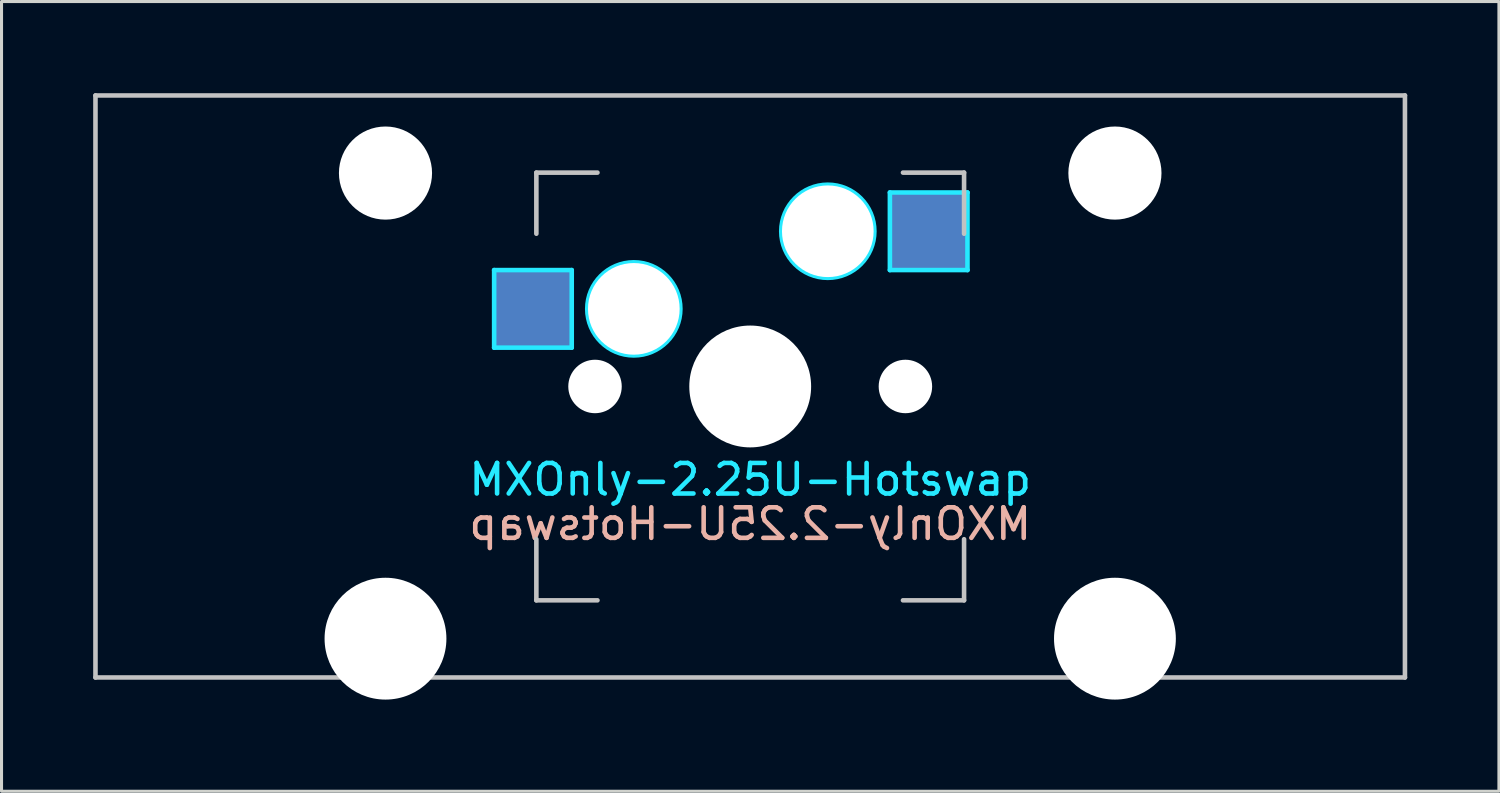
<source format=kicad_pcb>
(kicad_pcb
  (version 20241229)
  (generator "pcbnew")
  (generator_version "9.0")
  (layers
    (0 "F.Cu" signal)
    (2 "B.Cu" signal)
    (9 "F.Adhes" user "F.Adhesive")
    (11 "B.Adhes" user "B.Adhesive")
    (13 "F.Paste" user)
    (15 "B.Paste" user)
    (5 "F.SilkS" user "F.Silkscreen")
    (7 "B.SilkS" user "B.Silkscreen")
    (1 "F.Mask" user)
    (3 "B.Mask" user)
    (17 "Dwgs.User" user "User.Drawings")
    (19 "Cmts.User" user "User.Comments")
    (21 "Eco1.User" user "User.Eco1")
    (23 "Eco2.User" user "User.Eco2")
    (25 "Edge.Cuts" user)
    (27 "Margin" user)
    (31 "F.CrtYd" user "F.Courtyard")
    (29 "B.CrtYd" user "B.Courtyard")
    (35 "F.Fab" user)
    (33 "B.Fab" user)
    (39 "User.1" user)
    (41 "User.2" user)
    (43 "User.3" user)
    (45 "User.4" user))
  (footprint "MXOnly-2.25U-Hotswap"
    (layer "F.Cu")
    (at 21.506 9.6)
    (property "Reference" "MXOnly-2.25U-Hotswap" (at 0 3.048 0) (layer "B.CrtYd") (effects (font (size 1 1) (thickness 0.15))))
    (attr smd)
    (fp_line (start -21.431 -9.525) (end 21.431 -9.525) (stroke (width 0.15) (type solid)) (layer "Dwgs.User"))
    (fp_line (start -21.431 9.525) (end -21.431 -9.525) (stroke (width 0.15) (type solid)) (layer "Dwgs.User"))
    (fp_line (start -7 -7) (end -7 -5) (stroke (width 0.15) (type solid)) (layer "Dwgs.User"))
    (fp_line (start -7 5) (end -7 7) (stroke (width 0.15) (type solid)) (layer "Dwgs.User"))
    (fp_line (start -7 7) (end -5 7) (stroke (width 0.15) (type solid)) (layer "Dwgs.User"))
    (fp_line (start -5 -7) (end -7 -7) (stroke (width 0.15) (type solid)) (layer "Dwgs.User"))
    (fp_line (start 5 -7) (end 7 -7) (stroke (width 0.15) (type solid)) (layer "Dwgs.User"))
    (fp_line (start 5 7) (end 7 7) (stroke (width 0.15) (type solid)) (layer "Dwgs.User"))
    (fp_line (start 7 -7) (end 7 -5) (stroke (width 0.15) (type solid)) (layer "Dwgs.User"))
    (fp_line (start 7 7) (end 7 5) (stroke (width 0.15) (type solid)) (layer "Dwgs.User"))
    (fp_line (start 21.431 -9.525) (end 21.431 9.525) (stroke (width 0.15) (type solid)) (layer "Dwgs.User"))
    (fp_line (start 21.431 9.525) (end -21.431 9.525) (stroke (width 0.15) (type solid)) (layer "Dwgs.User"))
    (fp_line (start -8.382 -3.81) (end -5.842 -3.81) (stroke (width 0.15) (type solid)) (layer "B.CrtYd"))
    (fp_line (start -8.382 -1.27) (end -8.382 -3.81) (stroke (width 0.15) (type solid)) (layer "B.CrtYd"))
    (fp_line (start -5.842 -3.81) (end -5.842 -1.27) (stroke (width 0.15) (type solid)) (layer "B.CrtYd"))
    (fp_line (start -5.842 -1.27) (end -8.382 -1.27) (stroke (width 0.15) (type solid)) (layer "B.CrtYd"))
    (fp_line (start 4.572 -6.35) (end 7.112 -6.35) (stroke (width 0.15) (type solid)) (layer "B.CrtYd"))
    (fp_line (start 4.572 -3.81) (end 4.572 -6.35) (stroke (width 0.15) (type solid)) (layer "B.CrtYd"))
    (fp_line (start 7.112 -6.35) (end 7.112 -3.81) (stroke (width 0.15) (type solid)) (layer "B.CrtYd"))
    (fp_line (start 7.112 -3.81) (end 4.572 -3.81) (stroke (width 0.15) (type solid)) (layer "B.CrtYd"))
    (fp_circle (center -3.81 -2.54) (end -3.81 -4.064) (stroke (width 0.15) (type solid)) (fill no) (layer "B.CrtYd"))
    (fp_circle (center 2.54 -5.08) (end 2.54 -6.604) (stroke (width 0.15) (type solid)) (fill no) (layer "B.CrtYd"))
    (fp_text user "${REFERENCE}" (at 0 4.5 0) (layer "B.SilkS") (effects (font (size 1 1) (thickness 0.15)) (justify mirror)))
    (pad "" np_thru_hole circle (at -11.938 -6.985) (size 3.048 3.048) (drill 3.048) (layers "*.Cu" "*.Mask"))
    (pad "" np_thru_hole circle (at -11.938 8.255) (size 3.988 3.988) (drill 3.988) (layers "*.Cu" "*.Mask"))
    (pad "" np_thru_hole circle (at -5.08 0 48.1) (size 1.75 1.75) (drill 1.75) (layers "*.Cu" "*.Mask"))
    (pad "" np_thru_hole circle (at -3.81 -2.54) (size 3 3) (drill 3) (layers "*.Cu" "*.Mask"))
    (pad "" np_thru_hole circle (at 0 0) (size 3.988 3.988) (drill 3.988) (layers "*.Cu" "*.Mask"))
    (pad "" np_thru_hole circle (at 2.54 -5.08) (size 3 3) (drill 3) (layers "*.Cu" "*.Mask"))
    (pad "" np_thru_hole circle (at 5.08 0 48.1) (size 1.75 1.75) (drill 1.75) (layers "*.Cu" "*.Mask"))
    (pad "" np_thru_hole circle (at 11.938 -6.985) (size 3.048 3.048) (drill 3.048) (layers "*.Cu" "*.Mask"))
    (pad "" np_thru_hole circle (at 11.938 8.255) (size 3.988 3.988) (drill 3.988) (layers "*.Cu" "*.Mask"))
    (pad "1" smd rect (at -7.085 -2.54) (size 2.55 2.5) (layers "B.Cu" "B.Mask" "B.Paste"))
    (pad "2" smd rect (at 5.842 -5.08) (size 2.55 2.5) (layers "B.Cu" "B.Mask" "B.Paste")))
  (gr_rect
    (start -3 -3)
    (end 46.013 22.849)
    (stroke (width 0.1) (type default))
    (fill no)
    (layer "Edge.Cuts")))
</source>
